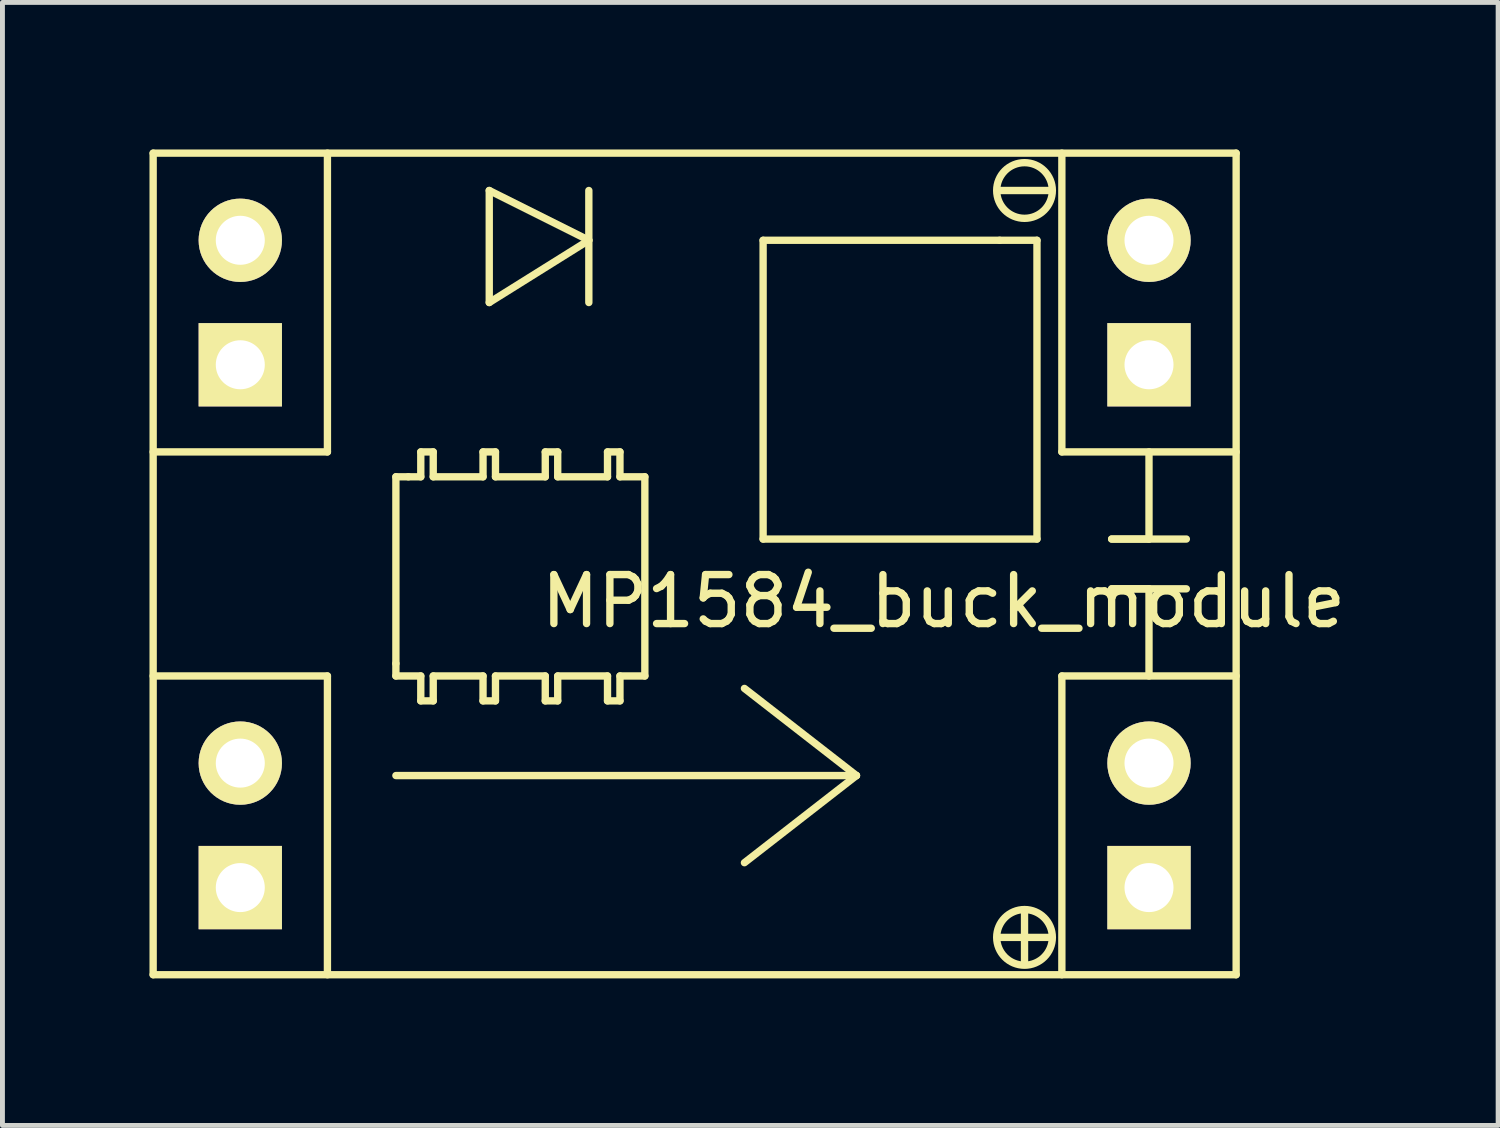
<source format=kicad_pcb>
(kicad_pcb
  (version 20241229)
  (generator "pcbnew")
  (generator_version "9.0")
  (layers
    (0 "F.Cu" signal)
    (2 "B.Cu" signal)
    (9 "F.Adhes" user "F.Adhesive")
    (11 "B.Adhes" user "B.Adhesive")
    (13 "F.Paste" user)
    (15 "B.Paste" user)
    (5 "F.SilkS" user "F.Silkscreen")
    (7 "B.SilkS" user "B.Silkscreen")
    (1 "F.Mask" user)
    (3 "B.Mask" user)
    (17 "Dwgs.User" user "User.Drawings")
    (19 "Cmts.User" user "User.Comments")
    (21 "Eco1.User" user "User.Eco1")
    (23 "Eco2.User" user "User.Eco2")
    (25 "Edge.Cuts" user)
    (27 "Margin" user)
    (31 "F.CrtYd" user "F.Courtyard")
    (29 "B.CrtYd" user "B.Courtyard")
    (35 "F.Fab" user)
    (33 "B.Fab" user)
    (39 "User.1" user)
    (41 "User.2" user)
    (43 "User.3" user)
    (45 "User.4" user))
  (footprint "MP1584_buck_module"
    (layer "F.Cu")
    (at 11.124 8.457)
    (property "Reference" "MP1584_buck_module" (at 5.08 0.762 0) (layer "F.SilkS") (effects (font (size 1 1) (thickness 0.15))))
    (attr through_hole)
    (fp_line (start -11.049 -8.382) (end 11.049 -8.382) (stroke (width 0.15) (type solid)) (layer "F.SilkS"))
    (fp_line (start -11.049 2.286) (end -7.493 2.286) (stroke (width 0.15) (type solid)) (layer "F.SilkS"))
    (fp_line (start -11.049 8.382) (end -11.049 -8.382) (stroke (width 0.15) (type solid)) (layer "F.SilkS"))
    (fp_line (start -7.493 -8.382) (end -7.493 -2.286) (stroke (width 0.15) (type solid)) (layer "F.SilkS"))
    (fp_line (start -7.493 -2.286) (end -11.049 -2.286) (stroke (width 0.15) (type solid)) (layer "F.SilkS"))
    (fp_line (start -7.493 2.286) (end -7.493 8.382) (stroke (width 0.15) (type solid)) (layer "F.SilkS"))
    (fp_line (start -6.096 -1.778) (end -5.842 -1.778) (stroke (width 0.15) (type solid)) (layer "F.SilkS"))
    (fp_line (start -6.096 2.032) (end -6.096 -1.778) (stroke (width 0.15) (type solid)) (layer "F.SilkS"))
    (fp_line (start -6.096 2.286) (end -6.096 2.032) (stroke (width 0.15) (type solid)) (layer "F.SilkS"))
    (fp_line (start -6.096 4.318) (end 3.302 4.318) (stroke (width 0.15) (type solid)) (layer "F.SilkS"))
    (fp_line (start -5.842 -1.778) (end -5.588 -1.778) (stroke (width 0.15) (type solid)) (layer "F.SilkS"))
    (fp_line (start -5.588 -2.286) (end -5.334 -2.286) (stroke (width 0.15) (type solid)) (layer "F.SilkS"))
    (fp_line (start -5.588 -1.778) (end -5.588 -2.286) (stroke (width 0.15) (type solid)) (layer "F.SilkS"))
    (fp_line (start -5.588 2.286) (end -6.096 2.286) (stroke (width 0.15) (type solid)) (layer "F.SilkS"))
    (fp_line (start -5.588 2.794) (end -5.588 2.286) (stroke (width 0.15) (type solid)) (layer "F.SilkS"))
    (fp_line (start -5.334 -1.778) (end -5.334 -2.286) (stroke (width 0.15) (type solid)) (layer "F.SilkS"))
    (fp_line (start -5.334 -1.778) (end -4.318 -1.778) (stroke (width 0.15) (type solid)) (layer "F.SilkS"))
    (fp_line (start -5.334 2.286) (end -5.334 2.794) (stroke (width 0.15) (type solid)) (layer "F.SilkS"))
    (fp_line (start -5.334 2.794) (end -5.588 2.794) (stroke (width 0.15) (type solid)) (layer "F.SilkS"))
    (fp_line (start -4.318 -2.286) (end -4.064 -2.286) (stroke (width 0.15) (type solid)) (layer "F.SilkS"))
    (fp_line (start -4.318 -1.778) (end -4.318 -2.286) (stroke (width 0.15) (type solid)) (layer "F.SilkS"))
    (fp_line (start -4.318 2.286) (end -5.334 2.286) (stroke (width 0.15) (type solid)) (layer "F.SilkS"))
    (fp_line (start -4.318 2.794) (end -4.318 2.286) (stroke (width 0.15) (type solid)) (layer "F.SilkS"))
    (fp_line (start -4.191 -7.62) (end -4.191 -5.334) (stroke (width 0.15) (type solid)) (layer "F.SilkS"))
    (fp_line (start -4.191 -5.334) (end -2.159 -6.604) (stroke (width 0.15) (type solid)) (layer "F.SilkS"))
    (fp_line (start -4.064 -1.778) (end -4.064 -2.286) (stroke (width 0.15) (type solid)) (layer "F.SilkS"))
    (fp_line (start -4.064 -1.778) (end -3.048 -1.778) (stroke (width 0.15) (type solid)) (layer "F.SilkS"))
    (fp_line (start -4.064 2.286) (end -4.064 2.794) (stroke (width 0.15) (type solid)) (layer "F.SilkS"))
    (fp_line (start -4.064 2.794) (end -4.318 2.794) (stroke (width 0.15) (type solid)) (layer "F.SilkS"))
    (fp_line (start -3.048 -2.286) (end -2.794 -2.286) (stroke (width 0.15) (type solid)) (layer "F.SilkS"))
    (fp_line (start -3.048 -1.778) (end -3.048 -2.286) (stroke (width 0.15) (type solid)) (layer "F.SilkS"))
    (fp_line (start -3.048 2.286) (end -4.064 2.286) (stroke (width 0.15) (type solid)) (layer "F.SilkS"))
    (fp_line (start -3.048 2.794) (end -3.048 2.286) (stroke (width 0.15) (type solid)) (layer "F.SilkS"))
    (fp_line (start -2.794 -2.286) (end -2.794 -1.778) (stroke (width 0.15) (type solid)) (layer "F.SilkS"))
    (fp_line (start -2.794 -1.778) (end -1.778 -1.778) (stroke (width 0.15) (type solid)) (layer "F.SilkS"))
    (fp_line (start -2.794 2.286) (end -2.794 2.794) (stroke (width 0.15) (type solid)) (layer "F.SilkS"))
    (fp_line (start -2.794 2.794) (end -3.048 2.794) (stroke (width 0.15) (type solid)) (layer "F.SilkS"))
    (fp_line (start -2.159 -7.62) (end -2.159 -5.334) (stroke (width 0.15) (type solid)) (layer "F.SilkS"))
    (fp_line (start -2.159 -6.604) (end -4.191 -7.62) (stroke (width 0.15) (type solid)) (layer "F.SilkS"))
    (fp_line (start -1.778 -2.286) (end -1.524 -2.286) (stroke (width 0.15) (type solid)) (layer "F.SilkS"))
    (fp_line (start -1.778 -1.778) (end -1.778 -2.286) (stroke (width 0.15) (type solid)) (layer "F.SilkS"))
    (fp_line (start -1.778 2.286) (end -2.794 2.286) (stroke (width 0.15) (type solid)) (layer "F.SilkS"))
    (fp_line (start -1.778 2.794) (end -1.778 2.286) (stroke (width 0.15) (type solid)) (layer "F.SilkS"))
    (fp_line (start -1.524 -1.778) (end -1.524 -2.286) (stroke (width 0.15) (type solid)) (layer "F.SilkS"))
    (fp_line (start -1.524 -1.778) (end -1.016 -1.778) (stroke (width 0.15) (type solid)) (layer "F.SilkS"))
    (fp_line (start -1.524 2.286) (end -1.524 2.794) (stroke (width 0.15) (type solid)) (layer "F.SilkS"))
    (fp_line (start -1.524 2.794) (end -1.778 2.794) (stroke (width 0.15) (type solid)) (layer "F.SilkS"))
    (fp_line (start -1.016 -1.778) (end -1.016 2.286) (stroke (width 0.15) (type solid)) (layer "F.SilkS"))
    (fp_line (start -1.016 2.286) (end -1.524 2.286) (stroke (width 0.15) (type solid)) (layer "F.SilkS"))
    (fp_line (start 1.397 -6.604) (end 1.397 -0.508) (stroke (width 0.15) (type solid)) (layer "F.SilkS"))
    (fp_line (start 1.397 -0.508) (end 6.985 -0.508) (stroke (width 0.15) (type solid)) (layer "F.SilkS"))
    (fp_line (start 3.302 4.318) (end 1.016 2.54) (stroke (width 0.15) (type solid)) (layer "F.SilkS"))
    (fp_line (start 3.302 4.318) (end 1.016 6.096) (stroke (width 0.15) (type solid)) (layer "F.SilkS"))
    (fp_line (start 6.223 -7.62) (end 7.239 -7.62) (stroke (width 0.15) (type solid)) (layer "F.SilkS"))
    (fp_line (start 6.223 -6.604) (end 1.397 -6.604) (stroke (width 0.15) (type solid)) (layer "F.SilkS"))
    (fp_line (start 6.223 7.62) (end 7.239 7.62) (stroke (width 0.15) (type solid)) (layer "F.SilkS"))
    (fp_line (start 6.731 7.112) (end 6.731 8.128) (stroke (width 0.15) (type solid)) (layer "F.SilkS"))
    (fp_line (start 6.985 -6.604) (end 6.223 -6.604) (stroke (width 0.15) (type solid)) (layer "F.SilkS"))
    (fp_line (start 6.985 -0.508) (end 6.985 -6.604) (stroke (width 0.15) (type solid)) (layer "F.SilkS"))
    (fp_line (start 7.493 -2.286) (end 7.493 -8.382) (stroke (width 0.15) (type solid)) (layer "F.SilkS"))
    (fp_line (start 7.493 2.286) (end 11.049 2.286) (stroke (width 0.15) (type solid)) (layer "F.SilkS"))
    (fp_line (start 7.493 8.382) (end 7.493 2.286) (stroke (width 0.15) (type solid)) (layer "F.SilkS"))
    (fp_line (start 8.509 -0.508) (end 10.033 -0.508) (stroke (width 0.15) (type solid)) (layer "F.SilkS"))
    (fp_line (start 8.509 0.508) (end 9.271 0.508) (stroke (width 0.15) (type solid)) (layer "F.SilkS"))
    (fp_line (start 9.271 -2.286) (end 9.271 -0.508) (stroke (width 0.15) (type solid)) (layer "F.SilkS"))
    (fp_line (start 9.271 -0.508) (end 8.509 -0.508) (stroke (width 0.15) (type solid)) (layer "F.SilkS"))
    (fp_line (start 9.271 0.508) (end 9.271 2.286) (stroke (width 0.15) (type solid)) (layer "F.SilkS"))
    (fp_line (start 10.033 0.508) (end 8.509 0.508) (stroke (width 0.15) (type solid)) (layer "F.SilkS"))
    (fp_line (start 11.049 -8.382) (end 11.049 8.382) (stroke (width 0.15) (type solid)) (layer "F.SilkS"))
    (fp_line (start 11.049 -2.286) (end 7.493 -2.286) (stroke (width 0.15) (type solid)) (layer "F.SilkS"))
    (fp_line (start 11.049 8.382) (end -11.049 8.382) (stroke (width 0.15) (type solid)) (layer "F.SilkS"))
    (fp_circle (center 6.731 -7.62) (end 7.239 -7.874) (stroke (width 0.15) (type solid)) (fill no) (layer "F.SilkS"))
    (fp_circle (center 6.731 7.62) (end 7.239 7.874) (stroke (width 0.15) (type solid)) (fill no) (layer "F.SilkS"))
    (pad "1" thru_hole circle (at -9.271 4.064) (size 1.7 1.7) (drill 1) (layers "*.Cu" "*.Mask" "F.SilkS"))
    (pad "1" thru_hole rect (at -9.271 6.604) (size 1.7 1.7) (drill 1) (layers "*.Cu" "*.Mask" "F.SilkS"))
    (pad "2" thru_hole circle (at -9.271 -6.604) (size 1.7 1.7) (drill 1) (layers "*.Cu" "*.Mask" "F.SilkS"))
    (pad "2" thru_hole rect (at -9.271 -4.064) (size 1.7 1.7) (drill 1) (layers "*.Cu" "*.Mask" "F.SilkS"))
    (pad "3" thru_hole circle (at 9.271 -6.604) (size 1.7 1.7) (drill 1) (layers "*.Cu" "*.Mask" "F.SilkS"))
    (pad "3" thru_hole rect (at 9.271 -4.064) (size 1.7 1.7) (drill 1) (layers "*.Cu" "*.Mask" "F.SilkS"))
    (pad "4" thru_hole circle (at 9.271 4.064) (size 1.7 1.7) (drill 1) (layers "*.Cu" "*.Mask" "F.SilkS"))
    (pad "4" thru_hole rect (at 9.271 6.604) (size 1.7 1.7) (drill 1) (layers "*.Cu" "*.Mask" "F.SilkS")))
  (gr_rect
    (start -3 -3)
    (end 27.519 19.914)
    (stroke (width 0.1) (type default))
    (fill no)
    (layer "Edge.Cuts")))
</source>
